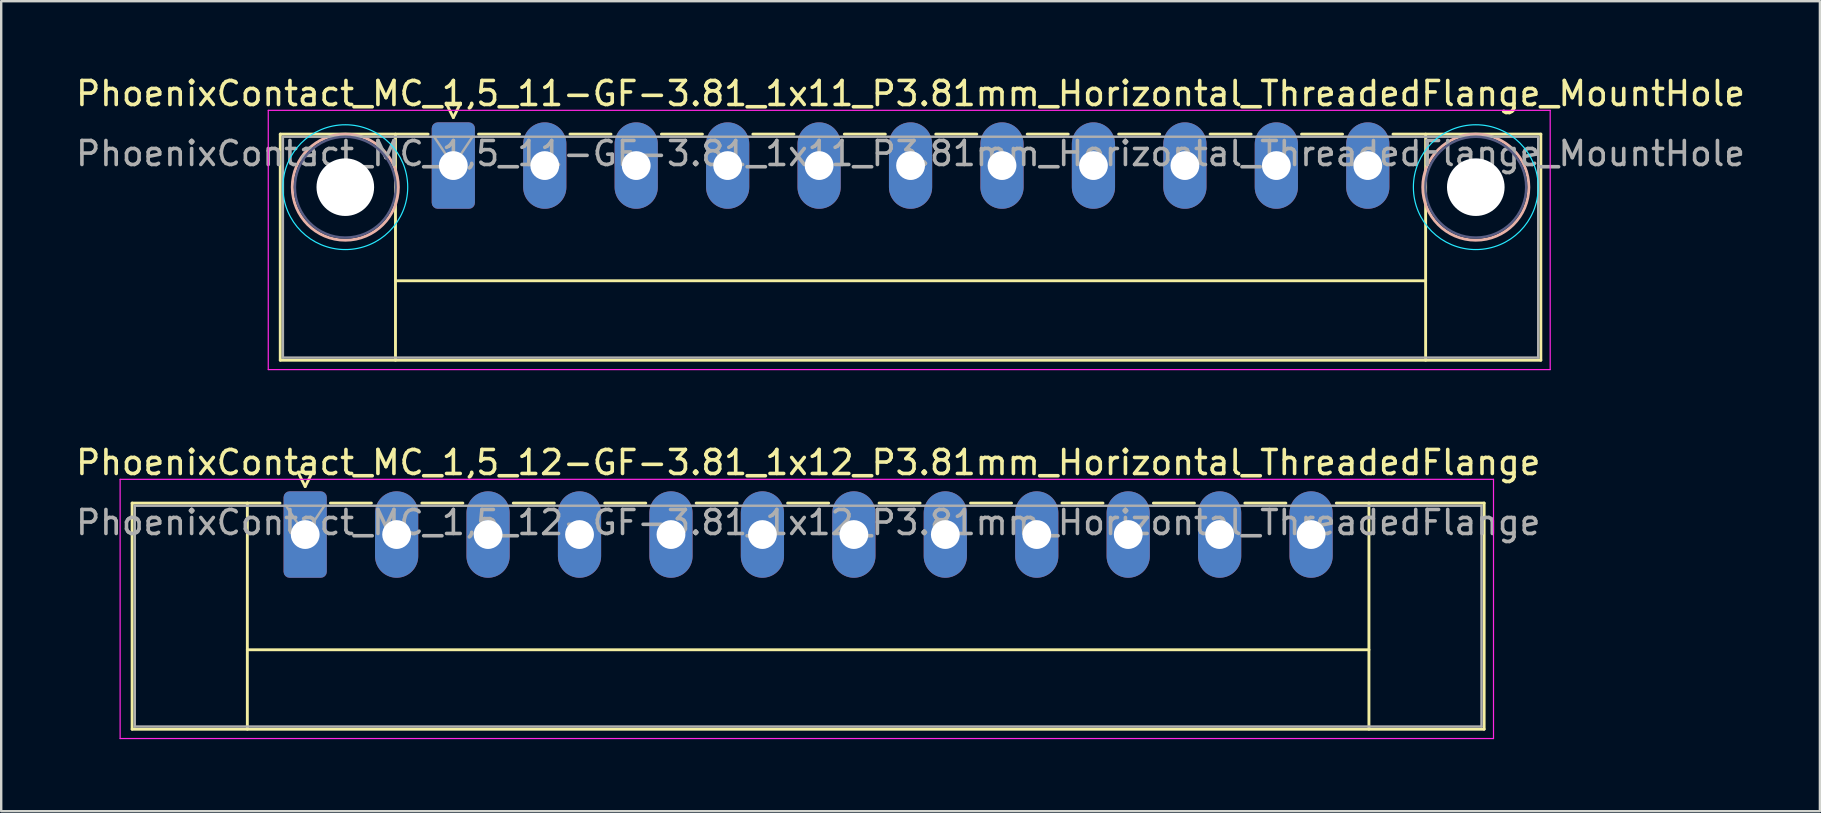
<source format=kicad_pcb>
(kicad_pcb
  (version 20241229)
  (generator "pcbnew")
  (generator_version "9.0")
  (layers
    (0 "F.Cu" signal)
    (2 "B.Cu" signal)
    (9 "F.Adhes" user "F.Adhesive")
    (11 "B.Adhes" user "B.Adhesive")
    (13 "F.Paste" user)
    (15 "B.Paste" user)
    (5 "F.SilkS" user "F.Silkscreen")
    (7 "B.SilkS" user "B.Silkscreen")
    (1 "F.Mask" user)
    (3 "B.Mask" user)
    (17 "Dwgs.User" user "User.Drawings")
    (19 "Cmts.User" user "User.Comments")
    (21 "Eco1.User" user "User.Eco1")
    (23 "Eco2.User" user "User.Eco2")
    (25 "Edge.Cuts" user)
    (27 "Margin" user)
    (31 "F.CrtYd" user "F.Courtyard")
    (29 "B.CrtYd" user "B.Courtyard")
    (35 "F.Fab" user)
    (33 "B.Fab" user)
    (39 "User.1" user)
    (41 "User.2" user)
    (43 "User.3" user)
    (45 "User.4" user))
  (footprint "PhoenixContact_MC_1,5_12-GF-3.81_1x12_P3.81mm_Horizontal_ThreadedFlange"
    (layer "F.Cu")
    (at 9.665 19.221)
    (property "Reference" "PhoenixContact_MC_1,5_12-GF-3.81_1x12_P3.81mm_Horizontal_ThreadedFlange" (at 20.96 -3 0) (layer "F.SilkS") (effects (font (size 1 1) (thickness 0.15))))
    (attr through_hole)
    (fp_line (start -7.21 -1.31) (end -7.21 8.11) (stroke (width 0.12) (type solid)) (layer "F.SilkS"))
    (fp_line (start -7.21 -1.31) (end -1.05 -1.31) (stroke (width 0.12) (type solid)) (layer "F.SilkS"))
    (fp_line (start -7.21 8.11) (end 49.12 8.11) (stroke (width 0.12) (type solid)) (layer "F.SilkS"))
    (fp_line (start -2.41 -1.31) (end -2.41 8.11) (stroke (width 0.12) (type solid)) (layer "F.SilkS"))
    (fp_line (start -2.41 4.8) (end 44.32 4.8) (stroke (width 0.12) (type solid)) (layer "F.SilkS"))
    (fp_line (start -0.3 -2.6) (end 0.3 -2.6) (stroke (width 0.12) (type solid)) (layer "F.SilkS"))
    (fp_line (start 0 -2) (end -0.3 -2.6) (stroke (width 0.12) (type solid)) (layer "F.SilkS"))
    (fp_line (start 0.3 -2.6) (end 0 -2) (stroke (width 0.12) (type solid)) (layer "F.SilkS"))
    (fp_line (start 1.05 -1.31) (end 2.76 -1.31) (stroke (width 0.12) (type solid)) (layer "F.SilkS"))
    (fp_line (start 4.86 -1.31) (end 6.57 -1.31) (stroke (width 0.12) (type solid)) (layer "F.SilkS"))
    (fp_line (start 8.67 -1.31) (end 10.38 -1.31) (stroke (width 0.12) (type solid)) (layer "F.SilkS"))
    (fp_line (start 12.48 -1.31) (end 14.19 -1.31) (stroke (width 0.12) (type solid)) (layer "F.SilkS"))
    (fp_line (start 16.29 -1.31) (end 18 -1.31) (stroke (width 0.12) (type solid)) (layer "F.SilkS"))
    (fp_line (start 20.1 -1.31) (end 21.81 -1.31) (stroke (width 0.12) (type solid)) (layer "F.SilkS"))
    (fp_line (start 23.91 -1.31) (end 25.62 -1.31) (stroke (width 0.12) (type solid)) (layer "F.SilkS"))
    (fp_line (start 27.72 -1.31) (end 29.43 -1.31) (stroke (width 0.12) (type solid)) (layer "F.SilkS"))
    (fp_line (start 31.53 -1.31) (end 33.24 -1.31) (stroke (width 0.12) (type solid)) (layer "F.SilkS"))
    (fp_line (start 35.34 -1.31) (end 37.05 -1.31) (stroke (width 0.12) (type solid)) (layer "F.SilkS"))
    (fp_line (start 39.15 -1.31) (end 40.86 -1.31) (stroke (width 0.12) (type solid)) (layer "F.SilkS"))
    (fp_line (start 44.32 -1.31) (end 44.32 8.11) (stroke (width 0.12) (type solid)) (layer "F.SilkS"))
    (fp_line (start 49.12 -1.31) (end 42.96 -1.31) (stroke (width 0.12) (type solid)) (layer "F.SilkS"))
    (fp_line (start 49.12 8.11) (end 49.12 -1.31) (stroke (width 0.12) (type solid)) (layer "F.SilkS"))
    (fp_line (start -7.71 -2.3) (end -7.71 8.5) (stroke (width 0.05) (type solid)) (layer "F.CrtYd"))
    (fp_line (start -7.71 8.5) (end 49.51 8.5) (stroke (width 0.05) (type solid)) (layer "F.CrtYd"))
    (fp_line (start 49.51 -2.3) (end -7.71 -2.3) (stroke (width 0.05) (type solid)) (layer "F.CrtYd"))
    (fp_line (start 49.51 8.5) (end 49.51 -2.3) (stroke (width 0.05) (type solid)) (layer "F.CrtYd"))
    (fp_line (start -7.1 -1.2) (end -7.1 8) (stroke (width 0.1) (type solid)) (layer "F.Fab"))
    (fp_line (start -7.1 8) (end 49.01 8) (stroke (width 0.1) (type solid)) (layer "F.Fab"))
    (fp_line (start 0 0) (end -0.8 -1.2) (stroke (width 0.1) (type solid)) (layer "F.Fab"))
    (fp_line (start 0.8 -1.2) (end 0 0) (stroke (width 0.1) (type solid)) (layer "F.Fab"))
    (fp_line (start 49.01 -1.2) (end -7.1 -1.2) (stroke (width 0.1) (type solid)) (layer "F.Fab"))
    (fp_line (start 49.01 8) (end 49.01 -1.2) (stroke (width 0.1) (type solid)) (layer "F.Fab"))
    (fp_text user "${REFERENCE}" (at 20.96 -0.5 0) (layer "F.Fab") (effects (font (size 1 1) (thickness 0.15))))
    (pad "1" thru_hole roundrect (at 0 0) (size 1.8 3.6) (drill 1.2) (layers "*.Cu" "*.Mask") (roundrect_rratio 0.139))
    (pad "2" thru_hole oval (at 3.81 0) (size 1.8 3.6) (drill 1.2) (layers "*.Cu" "*.Mask"))
    (pad "3" thru_hole oval (at 7.62 0) (size 1.8 3.6) (drill 1.2) (layers "*.Cu" "*.Mask"))
    (pad "4" thru_hole oval (at 11.43 0) (size 1.8 3.6) (drill 1.2) (layers "*.Cu" "*.Mask"))
    (pad "5" thru_hole oval (at 15.24 0) (size 1.8 3.6) (drill 1.2) (layers "*.Cu" "*.Mask"))
    (pad "6" thru_hole oval (at 19.05 0) (size 1.8 3.6) (drill 1.2) (layers "*.Cu" "*.Mask"))
    (pad "7" thru_hole oval (at 22.86 0) (size 1.8 3.6) (drill 1.2) (layers "*.Cu" "*.Mask"))
    (pad "8" thru_hole oval (at 26.67 0) (size 1.8 3.6) (drill 1.2) (layers "*.Cu" "*.Mask"))
    (pad "9" thru_hole oval (at 30.48 0) (size 1.8 3.6) (drill 1.2) (layers "*.Cu" "*.Mask"))
    (pad "10" thru_hole oval (at 34.29 0) (size 1.8 3.6) (drill 1.2) (layers "*.Cu" "*.Mask"))
    (pad "11" thru_hole oval (at 38.1 0) (size 1.8 3.6) (drill 1.2) (layers "*.Cu" "*.Mask"))
    (pad "12" thru_hole oval (at 41.91 0) (size 1.8 3.6) (drill 1.2) (layers "*.Cu" "*.Mask")))
  (footprint "PhoenixContact_MC_1,5_11-GF-3.81_1x11_P3.81mm_Horizontal_ThreadedFlange_MountHole"
    (layer "F.Cu")
    (at 15.837 3.848)
    (property "Reference" "PhoenixContact_MC_1,5_11-GF-3.81_1x11_P3.81mm_Horizontal_ThreadedFlange_MountHole" (at 19.05 -3 0) (layer "F.SilkS") (effects (font (size 1 1) (thickness 0.15))))
    (attr through_hole)
    (fp_line (start -7.21 -1.31) (end -7.21 8.11) (stroke (width 0.12) (type solid)) (layer "F.SilkS"))
    (fp_line (start -7.21 -1.31) (end -1.05 -1.31) (stroke (width 0.12) (type solid)) (layer "F.SilkS"))
    (fp_line (start -7.21 8.11) (end 45.31 8.11) (stroke (width 0.12) (type solid)) (layer "F.SilkS"))
    (fp_line (start -2.41 -1.31) (end -2.41 8.11) (stroke (width 0.12) (type solid)) (layer "F.SilkS"))
    (fp_line (start -2.41 4.8) (end 40.51 4.8) (stroke (width 0.12) (type solid)) (layer "F.SilkS"))
    (fp_line (start -0.3 -2.6) (end 0.3 -2.6) (stroke (width 0.12) (type solid)) (layer "F.SilkS"))
    (fp_line (start 0 -2) (end -0.3 -2.6) (stroke (width 0.12) (type solid)) (layer "F.SilkS"))
    (fp_line (start 0.3 -2.6) (end 0 -2) (stroke (width 0.12) (type solid)) (layer "F.SilkS"))
    (fp_line (start 1.05 -1.31) (end 2.76 -1.31) (stroke (width 0.12) (type solid)) (layer "F.SilkS"))
    (fp_line (start 4.86 -1.31) (end 6.57 -1.31) (stroke (width 0.12) (type solid)) (layer "F.SilkS"))
    (fp_line (start 8.67 -1.31) (end 10.38 -1.31) (stroke (width 0.12) (type solid)) (layer "F.SilkS"))
    (fp_line (start 12.48 -1.31) (end 14.19 -1.31) (stroke (width 0.12) (type solid)) (layer "F.SilkS"))
    (fp_line (start 16.29 -1.31) (end 18 -1.31) (stroke (width 0.12) (type solid)) (layer "F.SilkS"))
    (fp_line (start 20.1 -1.31) (end 21.81 -1.31) (stroke (width 0.12) (type solid)) (layer "F.SilkS"))
    (fp_line (start 23.91 -1.31) (end 25.62 -1.31) (stroke (width 0.12) (type solid)) (layer "F.SilkS"))
    (fp_line (start 27.72 -1.31) (end 29.43 -1.31) (stroke (width 0.12) (type solid)) (layer "F.SilkS"))
    (fp_line (start 31.53 -1.31) (end 33.24 -1.31) (stroke (width 0.12) (type solid)) (layer "F.SilkS"))
    (fp_line (start 35.34 -1.31) (end 37.05 -1.31) (stroke (width 0.12) (type solid)) (layer "F.SilkS"))
    (fp_line (start 40.51 -1.31) (end 40.51 8.11) (stroke (width 0.12) (type solid)) (layer "F.SilkS"))
    (fp_line (start 45.31 -1.31) (end 39.15 -1.31) (stroke (width 0.12) (type solid)) (layer "F.SilkS"))
    (fp_line (start 45.31 8.11) (end 45.31 -1.31) (stroke (width 0.12) (type solid)) (layer "F.SilkS"))
    (fp_circle (center -4.5 0.9) (end -2.29 0.9) (stroke (width 0.12) (type solid)) (fill no) (layer "B.SilkS"))
    (fp_circle (center 42.6 0.9) (end 44.81 0.9) (stroke (width 0.12) (type solid)) (fill no) (layer "B.SilkS"))
    (fp_circle (center -4.5 0.9) (end -1.9 0.9) (stroke (width 0.05) (type solid)) (fill no) (layer "B.CrtYd"))
    (fp_circle (center 42.6 0.9) (end 45.2 0.9) (stroke (width 0.05) (type solid)) (fill no) (layer "B.CrtYd"))
    (fp_line (start -7.71 -2.3) (end -7.71 8.5) (stroke (width 0.05) (type solid)) (layer "F.CrtYd"))
    (fp_line (start -7.71 8.5) (end 45.7 8.5) (stroke (width 0.05) (type solid)) (layer "F.CrtYd"))
    (fp_line (start 45.7 -2.3) (end -7.71 -2.3) (stroke (width 0.05) (type solid)) (layer "F.CrtYd"))
    (fp_line (start 45.7 8.5) (end 45.7 -2.3) (stroke (width 0.05) (type solid)) (layer "F.CrtYd"))
    (fp_circle (center -4.5 0.9) (end -2.4 0.9) (stroke (width 0.1) (type solid)) (fill no) (layer "B.Fab"))
    (fp_circle (center 42.6 0.9) (end 44.7 0.9) (stroke (width 0.1) (type solid)) (fill no) (layer "B.Fab"))
    (fp_line (start -7.1 -1.2) (end -7.1 8) (stroke (width 0.1) (type solid)) (layer "F.Fab"))
    (fp_line (start -7.1 8) (end 45.2 8) (stroke (width 0.1) (type solid)) (layer "F.Fab"))
    (fp_line (start 0 0) (end -0.8 -1.2) (stroke (width 0.1) (type solid)) (layer "F.Fab"))
    (fp_line (start 0.8 -1.2) (end 0 0) (stroke (width 0.1) (type solid)) (layer "F.Fab"))
    (fp_line (start 45.2 -1.2) (end -7.1 -1.2) (stroke (width 0.1) (type solid)) (layer "F.Fab"))
    (fp_line (start 45.2 8) (end 45.2 -1.2) (stroke (width 0.1) (type solid)) (layer "F.Fab"))
    (fp_text user "${REFERENCE}" (at 19.05 -0.5 0) (layer "F.Fab") (effects (font (size 1 1) (thickness 0.15))))
    (pad "" np_thru_hole circle (at -4.5 0.9) (size 2.4 2.4) (drill 2.4) (layers "*.Cu" "*.Mask"))
    (pad "" np_thru_hole circle (at 42.6 0.9) (size 2.4 2.4) (drill 2.4) (layers "*.Cu" "*.Mask"))
    (pad "1" thru_hole roundrect (at 0 0) (size 1.8 3.6) (drill 1.2) (layers "*.Cu" "*.Mask") (roundrect_rratio 0.139))
    (pad "2" thru_hole oval (at 3.81 0) (size 1.8 3.6) (drill 1.2) (layers "*.Cu" "*.Mask"))
    (pad "3" thru_hole oval (at 7.62 0) (size 1.8 3.6) (drill 1.2) (layers "*.Cu" "*.Mask"))
    (pad "4" thru_hole oval (at 11.43 0) (size 1.8 3.6) (drill 1.2) (layers "*.Cu" "*.Mask"))
    (pad "5" thru_hole oval (at 15.24 0) (size 1.8 3.6) (drill 1.2) (layers "*.Cu" "*.Mask"))
    (pad "6" thru_hole oval (at 19.05 0) (size 1.8 3.6) (drill 1.2) (layers "*.Cu" "*.Mask"))
    (pad "7" thru_hole oval (at 22.86 0) (size 1.8 3.6) (drill 1.2) (layers "*.Cu" "*.Mask"))
    (pad "8" thru_hole oval (at 26.67 0) (size 1.8 3.6) (drill 1.2) (layers "*.Cu" "*.Mask"))
    (pad "9" thru_hole oval (at 30.48 0) (size 1.8 3.6) (drill 1.2) (layers "*.Cu" "*.Mask"))
    (pad "10" thru_hole oval (at 34.29 0) (size 1.8 3.6) (drill 1.2) (layers "*.Cu" "*.Mask"))
    (pad "11" thru_hole oval (at 38.1 0) (size 1.8 3.6) (drill 1.2) (layers "*.Cu" "*.Mask")))
  (gr_rect
    (start -3 -3)
    (end 72.774 30.747)
    (stroke (width 0.1) (type default))
    (fill no)
    (layer "Edge.Cuts")))
</source>
